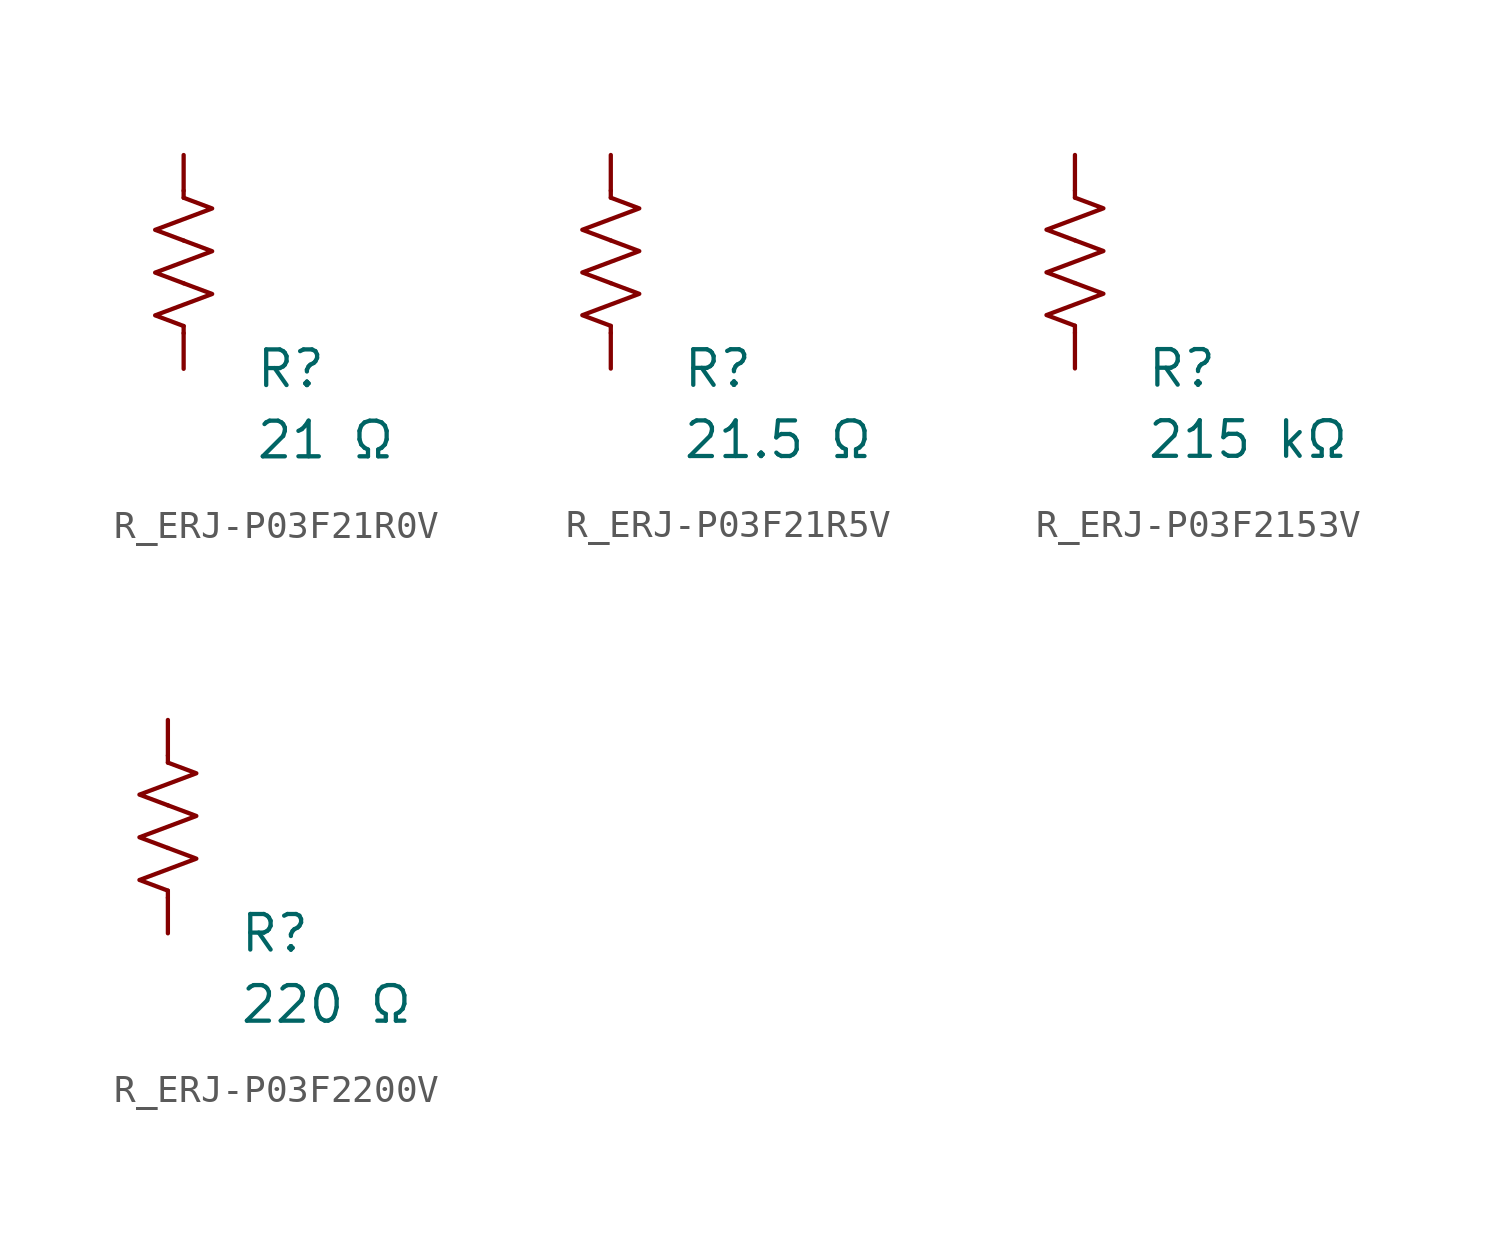
<source format=kicad_sym>
(kicad_symbol_lib
  (version 20231120)
  (generator "kicad_symbol_editor")
  (generator_version "8.0")
  (symbol "R_ERJ-P03F21R0V"
    (pin_numbers hide)
    (pin_names
      (offset 0))
    (property "Reference" "R"
      (at 2.54 -3.81 0)
      (effects (font (size 1.27 1.27)) (justify left))
      (show_name no))
    (property "Value" "21 Ω"
      (at 2.54 -6.35 0)
      (effects (font (size 1.27 1.27)) (justify left))
      (show_name no))
    (symbol "R_ERJ-P03F21R0V_0_1"
      (polyline (pts (xy 0 -2.286) (xy 0 -2.54)) (stroke (width 0) (type default)) (fill (type none)))
      (polyline (pts (xy 0 2.286) (xy 0 2.54)) (stroke (width 0) (type default)) (fill (type none)))
      (polyline (pts (xy 0 -0.762) (xy 1.016 -1.143) (xy 0 -1.524) (xy -1.016 -1.905) (xy 0 -2.286)) (stroke (width 0) (type default)) (fill (type none)))
      (polyline (pts (xy 0 0.762) (xy 1.016 0.381) (xy 0 0) (xy -1.016 -0.381) (xy 0 -0.762)) (stroke (width 0) (type default)) (fill (type none)))
      (polyline (pts (xy 0 2.286) (xy 1.016 1.905) (xy 0 1.524) (xy -1.016 1.143) (xy 0 0.762)) (stroke (width 0) (type default)) (fill (type none))))
    (symbol "R_ERJ-P03F21R0V_1_1"
      (pin passive line (at 0 3.81 270) (length 1.27) (name "~" (effects (font (size 1.27 1.27)))) (number "1" (effects (font (size 1.27 1.27)))))
      (pin passive line (at 0 -3.81 90) (length 1.27) (name "~" (effects (font (size 1.27 1.27)))) (number "2" (effects (font (size 1.27 1.27)))))))
  (symbol "R_ERJ-P03F21R5V"
    (pin_numbers hide)
    (pin_names
      (offset 0))
    (property "Reference" "R"
      (at 2.54 -3.81 0)
      (effects (font (size 1.27 1.27)) (justify left))
      (show_name no))
    (property "Value" "21.5 Ω"
      (at 2.54 -6.35 0)
      (effects (font (size 1.27 1.27)) (justify left))
      (show_name no))
    (symbol "R_ERJ-P03F21R5V_0_1"
      (polyline (pts (xy 0 -2.286) (xy 0 -2.54)) (stroke (width 0) (type default)) (fill (type none)))
      (polyline (pts (xy 0 2.286) (xy 0 2.54)) (stroke (width 0) (type default)) (fill (type none)))
      (polyline (pts (xy 0 -0.762) (xy 1.016 -1.143) (xy 0 -1.524) (xy -1.016 -1.905) (xy 0 -2.286)) (stroke (width 0) (type default)) (fill (type none)))
      (polyline (pts (xy 0 0.762) (xy 1.016 0.381) (xy 0 0) (xy -1.016 -0.381) (xy 0 -0.762)) (stroke (width 0) (type default)) (fill (type none)))
      (polyline (pts (xy 0 2.286) (xy 1.016 1.905) (xy 0 1.524) (xy -1.016 1.143) (xy 0 0.762)) (stroke (width 0) (type default)) (fill (type none))))
    (symbol "R_ERJ-P03F21R5V_1_1"
      (pin passive line (at 0 3.81 270) (length 1.27) (name "~" (effects (font (size 1.27 1.27)))) (number "1" (effects (font (size 1.27 1.27)))))
      (pin passive line (at 0 -3.81 90) (length 1.27) (name "~" (effects (font (size 1.27 1.27)))) (number "2" (effects (font (size 1.27 1.27)))))))
  (symbol "R_ERJ-P03F2153V"
    (pin_numbers hide)
    (pin_names
      (offset 0))
    (property "Reference" "R"
      (at 2.54 -3.81 0)
      (effects (font (size 1.27 1.27)) (justify left))
      (show_name no))
    (property "Value" "215 kΩ"
      (at 2.54 -6.35 0)
      (effects (font (size 1.27 1.27)) (justify left))
      (show_name no))
    (symbol "R_ERJ-P03F2153V_0_1"
      (polyline (pts (xy 0 -2.286) (xy 0 -2.54)) (stroke (width 0) (type default)) (fill (type none)))
      (polyline (pts (xy 0 2.286) (xy 0 2.54)) (stroke (width 0) (type default)) (fill (type none)))
      (polyline (pts (xy 0 -0.762) (xy 1.016 -1.143) (xy 0 -1.524) (xy -1.016 -1.905) (xy 0 -2.286)) (stroke (width 0) (type default)) (fill (type none)))
      (polyline (pts (xy 0 0.762) (xy 1.016 0.381) (xy 0 0) (xy -1.016 -0.381) (xy 0 -0.762)) (stroke (width 0) (type default)) (fill (type none)))
      (polyline (pts (xy 0 2.286) (xy 1.016 1.905) (xy 0 1.524) (xy -1.016 1.143) (xy 0 0.762)) (stroke (width 0) (type default)) (fill (type none))))
    (symbol "R_ERJ-P03F2153V_1_1"
      (pin passive line (at 0 3.81 270) (length 1.27) (name "~" (effects (font (size 1.27 1.27)))) (number "1" (effects (font (size 1.27 1.27)))))
      (pin passive line (at 0 -3.81 90) (length 1.27) (name "~" (effects (font (size 1.27 1.27)))) (number "2" (effects (font (size 1.27 1.27)))))))
  (symbol "R_ERJ-P03F2200V"
    (pin_numbers hide)
    (pin_names
      (offset 0))
    (property "Reference" "R"
      (at 2.54 -3.81 0)
      (effects (font (size 1.27 1.27)) (justify left))
      (show_name no))
    (property "Value" "220 Ω"
      (at 2.54 -6.35 0)
      (effects (font (size 1.27 1.27)) (justify left))
      (show_name no))
    (symbol "R_ERJ-P03F2200V_0_1"
      (polyline (pts (xy 0 -2.286) (xy 0 -2.54)) (stroke (width 0) (type default)) (fill (type none)))
      (polyline (pts (xy 0 2.286) (xy 0 2.54)) (stroke (width 0) (type default)) (fill (type none)))
      (polyline (pts (xy 0 -0.762) (xy 1.016 -1.143) (xy 0 -1.524) (xy -1.016 -1.905) (xy 0 -2.286)) (stroke (width 0) (type default)) (fill (type none)))
      (polyline (pts (xy 0 0.762) (xy 1.016 0.381) (xy 0 0) (xy -1.016 -0.381) (xy 0 -0.762)) (stroke (width 0) (type default)) (fill (type none)))
      (polyline (pts (xy 0 2.286) (xy 1.016 1.905) (xy 0 1.524) (xy -1.016 1.143) (xy 0 0.762)) (stroke (width 0) (type default)) (fill (type none))))
    (symbol "R_ERJ-P03F2200V_1_1"
      (pin passive line (at 0 3.81 270) (length 1.27) (name "~" (effects (font (size 1.27 1.27)))) (number "1" (effects (font (size 1.27 1.27)))))
      (pin passive line (at 0 -3.81 90) (length 1.27) (name "~" (effects (font (size 1.27 1.27)))) (number "2" (effects (font (size 1.27 1.27))))))))
</source>
